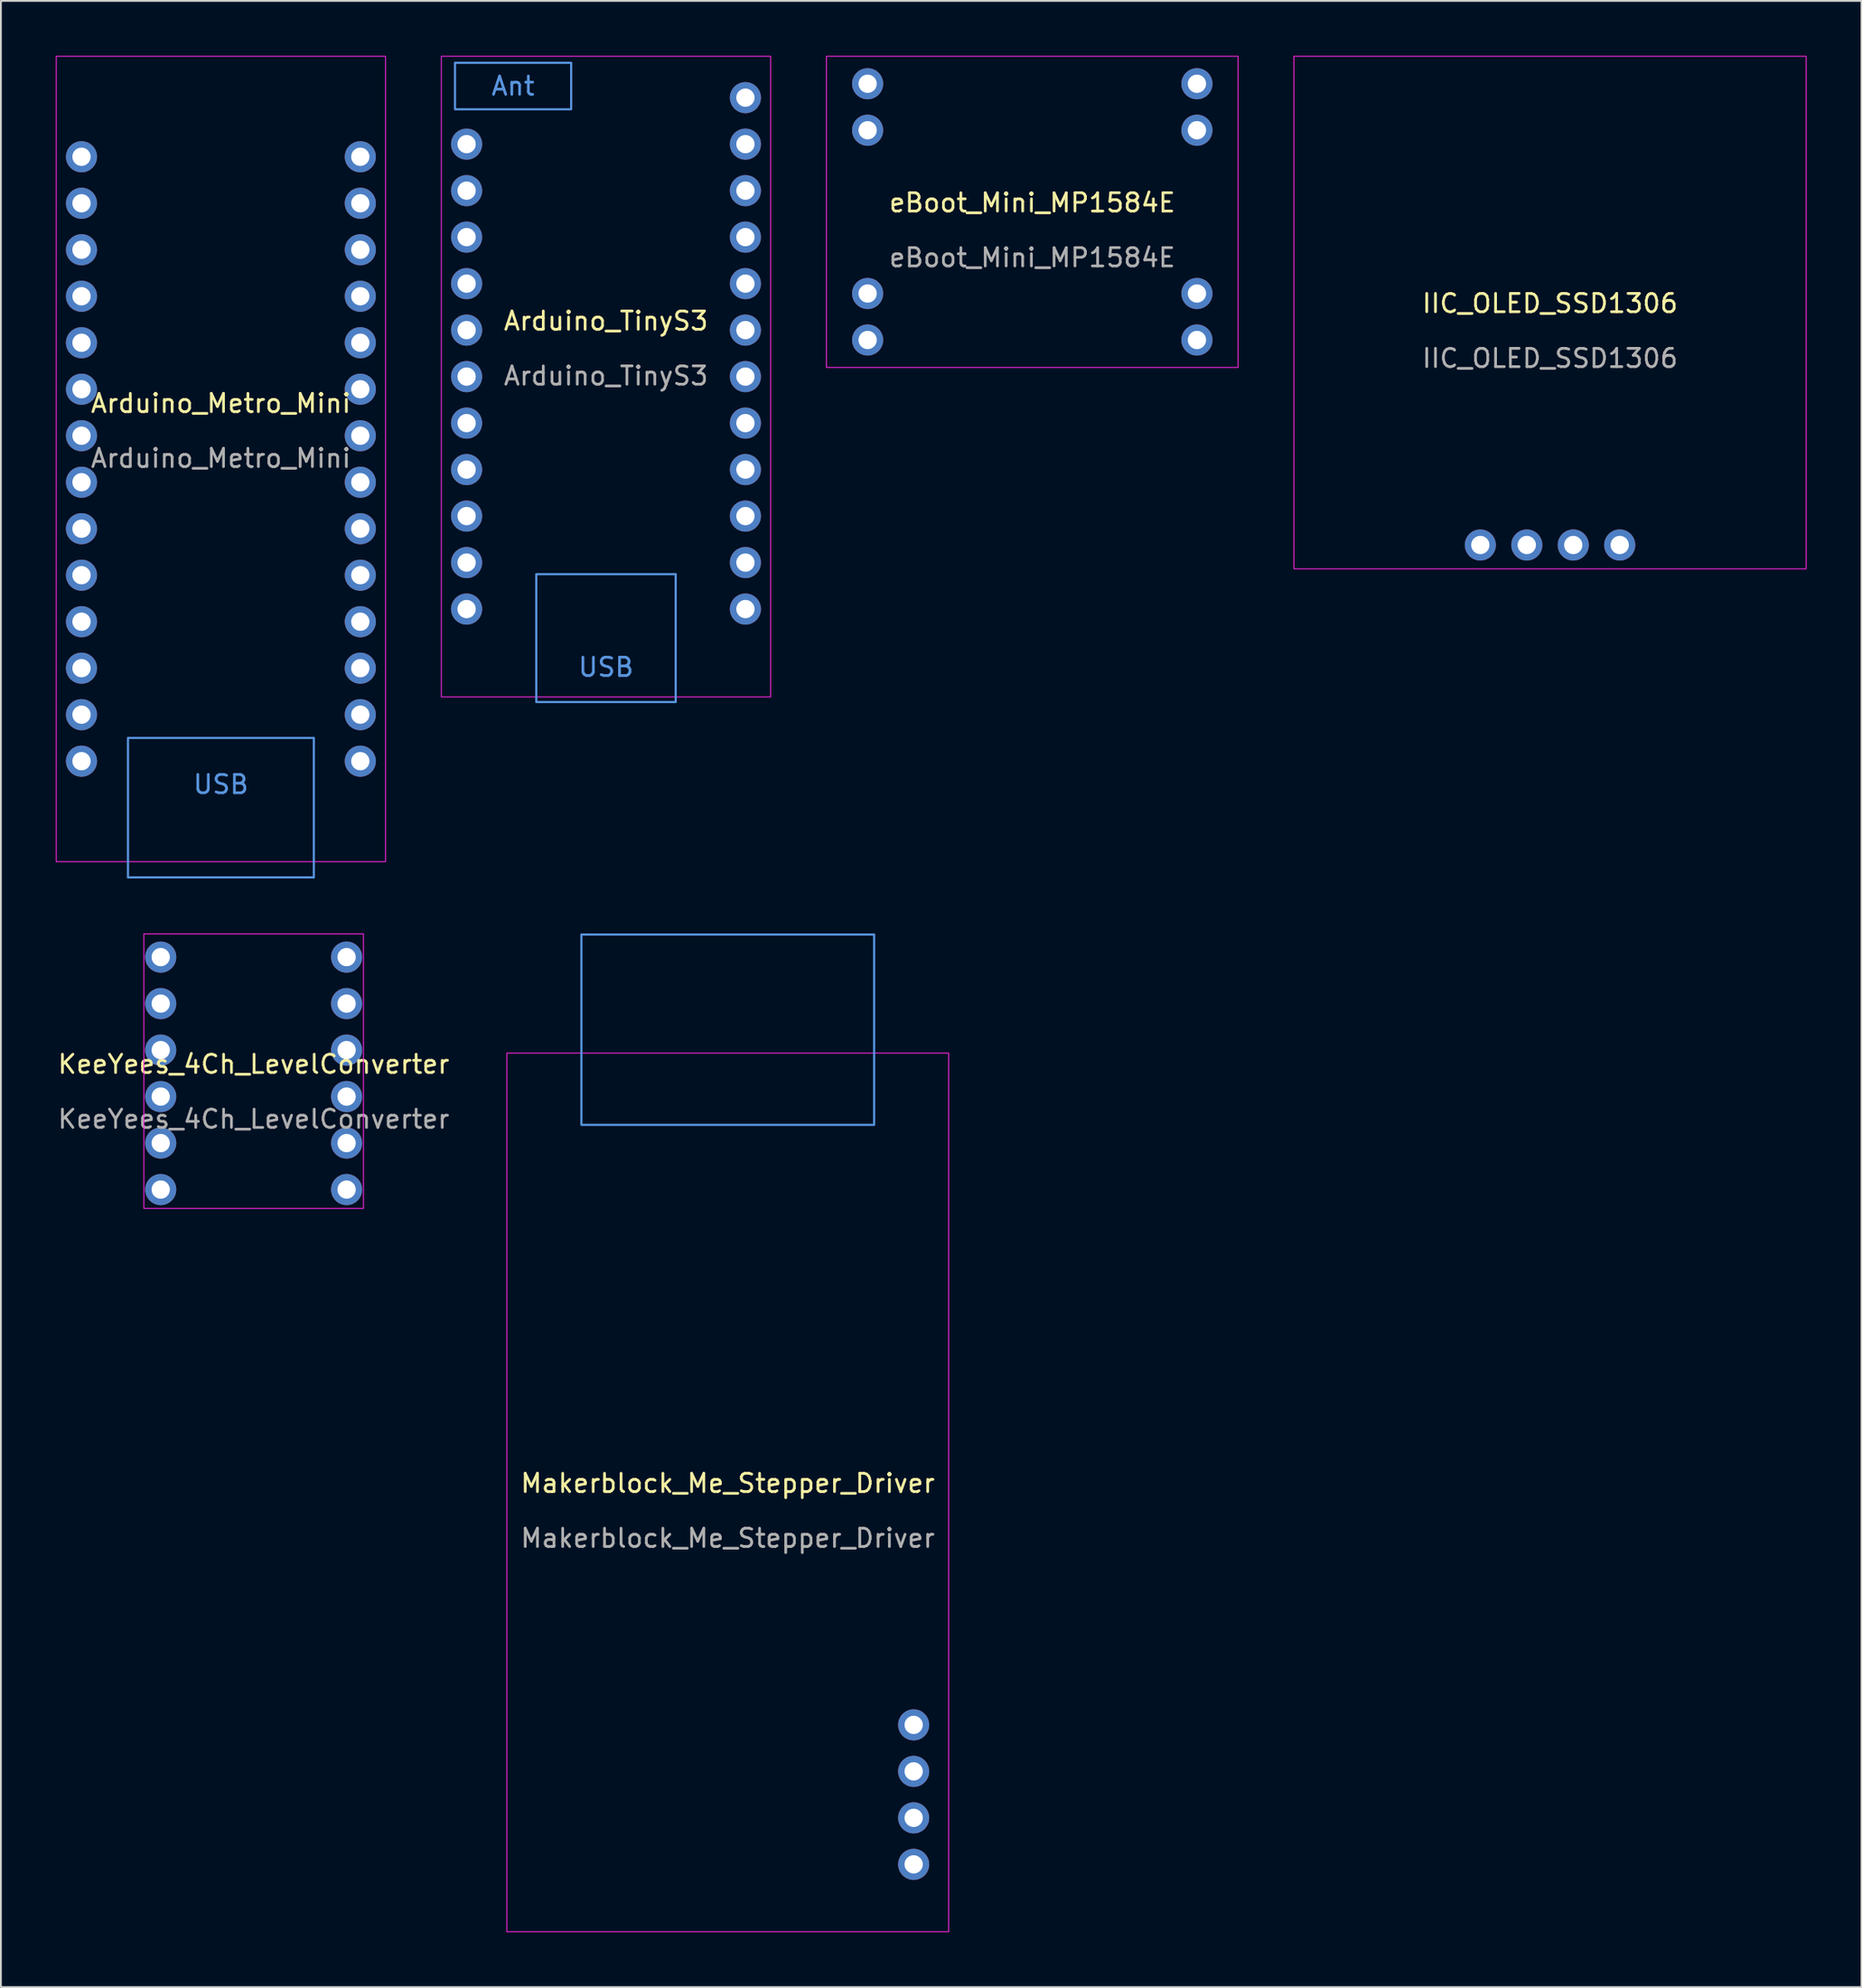
<source format=kicad_pcb>
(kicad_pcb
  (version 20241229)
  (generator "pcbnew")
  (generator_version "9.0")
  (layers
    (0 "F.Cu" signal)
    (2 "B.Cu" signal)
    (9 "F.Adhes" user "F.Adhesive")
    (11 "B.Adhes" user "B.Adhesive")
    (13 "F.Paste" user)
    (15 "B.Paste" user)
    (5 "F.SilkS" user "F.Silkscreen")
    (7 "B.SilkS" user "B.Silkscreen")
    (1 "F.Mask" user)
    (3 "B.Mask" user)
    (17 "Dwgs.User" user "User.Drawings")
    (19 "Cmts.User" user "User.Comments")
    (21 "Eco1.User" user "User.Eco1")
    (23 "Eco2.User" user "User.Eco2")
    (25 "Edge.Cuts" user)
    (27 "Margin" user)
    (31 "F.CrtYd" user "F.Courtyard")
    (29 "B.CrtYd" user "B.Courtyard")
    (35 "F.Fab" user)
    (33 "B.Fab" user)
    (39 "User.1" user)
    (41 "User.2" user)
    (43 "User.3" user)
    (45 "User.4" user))
  (footprint "eBoot_Mini_MP1584E"
    (layer "F.Cu")
    (at 53.375 8.525)
    (property "Reference" "eBoot_Mini_MP1584E" (at 0 -0.5 0) (unlocked yes) (layer "F.SilkS") (effects (font (size 1 1) (thickness 0.15))))
    (attr through_hole)
    (fp_rect (start -11.25 -8.5) (end 11.25 8.5) (stroke (width 0.05) (type solid)) (fill no) (layer "F.CrtYd"))
    (fp_text user "${REFERENCE}" (at 0 2.5 0) (unlocked yes) (layer "F.Fab") (effects (font (size 1 1) (thickness 0.15))))
    (pad "1" thru_hole circle (at -9 -7) (size 1.7 1.7) (drill 1) (layers "*.Cu" "*.Mask"))
    (pad "1" thru_hole circle (at -9 -4.46) (size 1.7 1.7) (drill 1) (layers "*.Cu" "*.Mask"))
    (pad "2" thru_hole circle (at -9 4.46) (size 1.7 1.7) (drill 1) (layers "*.Cu" "*.Mask"))
    (pad "2" thru_hole circle (at -9 7) (size 1.7 1.7) (drill 1) (layers "*.Cu" "*.Mask"))
    (pad "3" thru_hole circle (at 9 4.46) (size 1.7 1.7) (drill 1) (layers "*.Cu" "*.Mask"))
    (pad "3" thru_hole circle (at 9 7) (size 1.7 1.7) (drill 1) (layers "*.Cu" "*.Mask"))
    (pad "4" thru_hole circle (at 9 -7) (size 1.7 1.7) (drill 1) (layers "*.Cu" "*.Mask"))
    (pad "4" thru_hole circle (at 9 -4.46) (size 1.7 1.7) (drill 1) (layers "*.Cu" "*.Mask")))
  (footprint "IIC_OLED_SSD1306"
    (layer "F.Cu")
    (at 81.675 14.025)
    (property "Reference" "IIC_OLED_SSD1306" (at 0 -0.5 0) (unlocked yes) (layer "F.SilkS") (effects (font (size 1 1) (thickness 0.15))))
    (attr through_hole)
    (fp_rect (start -14 -14) (end 14 14) (stroke (width 0.05) (type solid)) (fill no) (layer "F.CrtYd"))
    (fp_text user "${REFERENCE}" (at 0 2.5 0) (unlocked yes) (layer "F.Fab") (effects (font (size 1 1) (thickness 0.15))))
    (pad "1" thru_hole circle (at 3.81 12.7) (size 1.7 1.7) (drill 1) (layers "*.Cu" "*.Mask"))
    (pad "2" thru_hole circle (at 1.27 12.7) (size 1.7 1.7) (drill 1) (layers "*.Cu" "*.Mask"))
    (pad "3" thru_hole circle (at -1.27 12.7) (size 1.7 1.7) (drill 1) (layers "*.Cu" "*.Mask"))
    (pad "4" thru_hole circle (at -3.81 12.7) (size 1.7 1.7) (drill 1) (layers "*.Cu" "*.Mask")))
  (footprint "Arduino_Metro_Mini"
    (layer "F.Cu")
    (at 9.025 22.025)
    (property "Reference" "Arduino_Metro_Mini" (at 0 -3.04 0) (unlocked yes) (layer "F.SilkS") (effects (font (size 1 1) (thickness 0.15))))
    (attr through_hole)
    (fp_rect (start -5.08 15.24) (end 5.08 22.86) (stroke (width 0.12) (type solid)) (fill no) (layer "Cmts.User"))
    (fp_rect (start -9 -22) (end 9 22) (stroke (width 0.05) (type solid)) (fill no) (layer "F.CrtYd"))
    (fp_text user "USB" (at 0 17.78 0) (unlocked yes) (layer "Cmts.User") (effects (font (size 1 1) (thickness 0.15))))
    (fp_text user "${REFERENCE}" (at 0 -0.04 0) (unlocked yes) (layer "F.Fab") (effects (font (size 1 1) (thickness 0.15))))
    (pad "1" thru_hole circle (at -7.62 -16.51) (size 1.7 1.7) (drill 1) (layers "*.Cu" "*.Mask"))
    (pad "2" thru_hole circle (at -7.62 -13.97) (size 1.7 1.7) (drill 1) (layers "*.Cu" "*.Mask"))
    (pad "3" thru_hole circle (at -7.62 -11.43) (size 1.7 1.7) (drill 1) (layers "*.Cu" "*.Mask"))
    (pad "4" thru_hole circle (at -7.62 -8.89) (size 1.7 1.7) (drill 1) (layers "*.Cu" "*.Mask"))
    (pad "5" thru_hole circle (at -7.62 -6.35) (size 1.7 1.7) (drill 1) (layers "*.Cu" "*.Mask"))
    (pad "6" thru_hole circle (at -7.62 -3.81) (size 1.7 1.7) (drill 1) (layers "*.Cu" "*.Mask"))
    (pad "7" thru_hole circle (at -7.62 -1.27) (size 1.7 1.7) (drill 1) (layers "*.Cu" "*.Mask"))
    (pad "8" thru_hole circle (at -7.62 1.27) (size 1.7 1.7) (drill 1) (layers "*.Cu" "*.Mask"))
    (pad "9" thru_hole circle (at -7.62 3.81) (size 1.7 1.7) (drill 1) (layers "*.Cu" "*.Mask"))
    (pad "10" thru_hole circle (at -7.62 6.35) (size 1.7 1.7) (drill 1) (layers "*.Cu" "*.Mask"))
    (pad "11" thru_hole circle (at -7.62 8.89) (size 1.7 1.7) (drill 1) (layers "*.Cu" "*.Mask"))
    (pad "12" thru_hole circle (at -7.62 11.43) (size 1.7 1.7) (drill 1) (layers "*.Cu" "*.Mask"))
    (pad "13" thru_hole circle (at -7.62 13.97) (size 1.7 1.7) (drill 1) (layers "*.Cu" "*.Mask"))
    (pad "14" thru_hole circle (at -7.62 16.51) (size 1.7 1.7) (drill 1) (layers "*.Cu" "*.Mask"))
    (pad "15" thru_hole circle (at 7.62 16.51) (size 1.7 1.7) (drill 1) (layers "*.Cu" "*.Mask"))
    (pad "16" thru_hole circle (at 7.62 13.97) (size 1.7 1.7) (drill 1) (layers "*.Cu" "*.Mask"))
    (pad "17" thru_hole circle (at 7.62 11.43) (size 1.7 1.7) (drill 1) (layers "*.Cu" "*.Mask"))
    (pad "18" thru_hole circle (at 7.62 8.89) (size 1.7 1.7) (drill 1) (layers "*.Cu" "*.Mask"))
    (pad "19" thru_hole circle (at 7.62 6.35) (size 1.7 1.7) (drill 1) (layers "*.Cu" "*.Mask"))
    (pad "20" thru_hole circle (at 7.62 3.81) (size 1.7 1.7) (drill 1) (layers "*.Cu" "*.Mask"))
    (pad "21" thru_hole circle (at 7.62 1.27) (size 1.7 1.7) (drill 1) (layers "*.Cu" "*.Mask"))
    (pad "22" thru_hole circle (at 7.62 -1.27) (size 1.7 1.7) (drill 1) (layers "*.Cu" "*.Mask"))
    (pad "23" thru_hole circle (at 7.62 -3.81) (size 1.7 1.7) (drill 1) (layers "*.Cu" "*.Mask"))
    (pad "24" thru_hole circle (at 7.62 -6.35) (size 1.7 1.7) (drill 1) (layers "*.Cu" "*.Mask"))
    (pad "25" thru_hole circle (at 7.62 -8.89) (size 1.7 1.7) (drill 1) (layers "*.Cu" "*.Mask"))
    (pad "26" thru_hole circle (at 7.62 -11.43) (size 1.7 1.7) (drill 1) (layers "*.Cu" "*.Mask"))
    (pad "27" thru_hole circle (at 7.62 -13.97) (size 1.7 1.7) (drill 1) (layers "*.Cu" "*.Mask"))
    (pad "28" thru_hole circle (at 7.62 -16.51) (size 1.7 1.7) (drill 1) (layers "*.Cu" "*.Mask")))
  (footprint "Makerblock_Me_Stepper_Driver"
    (layer "F.Cu")
    (at 36.731 78.485)
    (property "Reference" "Makerblock_Me_Stepper_Driver" (at 0 -0.5 0) (unlocked yes) (layer "F.SilkS") (effects (font (size 1 1) (thickness 0.15))))
    (attr through_hole)
    (fp_rect (start -8 -20.08) (end 8 -30.48) (stroke (width 0.12) (type solid)) (fill no) (layer "Cmts.User"))
    (fp_rect (start -12.075 -24) (end 12.075 24) (stroke (width 0.05) (type solid)) (fill no) (layer "F.CrtYd"))
    (fp_text user "${REFERENCE}" (at 0 2.5 0) (unlocked yes) (layer "F.Fab") (effects (font (size 1 1) (thickness 0.15))))
    (pad "1" thru_hole circle (at 10.16 20.32) (size 1.7 1.7) (drill 1) (layers "*.Cu" "*.Mask"))
    (pad "2" thru_hole circle (at 10.16 17.78) (size 1.7 1.7) (drill 1) (layers "*.Cu" "*.Mask"))
    (pad "3" thru_hole circle (at 10.16 15.24) (size 1.7 1.7) (drill 1) (layers "*.Cu" "*.Mask"))
    (pad "4" thru_hole circle (at 10.16 12.7) (size 1.7 1.7) (drill 1) (layers "*.Cu" "*.Mask")))
  (footprint "Arduino_TinyS3"
    (layer "F.Cu")
    (at 30.075 17.525)
    (property "Reference" "Arduino_TinyS3" (at 0 -3.04 0) (unlocked yes) (layer "F.SilkS") (effects (font (size 1 1) (thickness 0.15))))
    (attr through_hole)
    (fp_rect (start -8.255 -17.145) (end -1.905 -14.605) (stroke (width 0.12) (type solid)) (fill no) (layer "Cmts.User"))
    (fp_rect (start -3.81 10.795) (end 3.81 17.78) (stroke (width 0.12) (type solid)) (fill no) (layer "Cmts.User"))
    (fp_rect (start -9 -17.5) (end 9 17.5) (stroke (width 0.05) (type solid)) (fill no) (layer "F.CrtYd"))
    (fp_text user "Ant" (at -5.08 -15.875 0) (unlocked yes) (layer "Cmts.User") (effects (font (size 1 1) (thickness 0.15))))
    (fp_text user "USB" (at 0 15.875 0) (unlocked yes) (layer "Cmts.User") (effects (font (size 1 1) (thickness 0.15))))
    (fp_text user "${REFERENCE}" (at 0 -0.04 0) (unlocked yes) (layer "F.Fab") (effects (font (size 1 1) (thickness 0.15))))
    (pad "1" thru_hole circle (at -7.62 -12.7) (size 1.7 1.7) (drill 1) (layers "*.Cu" "*.Mask"))
    (pad "2" thru_hole circle (at -7.62 -10.16) (size 1.7 1.7) (drill 1) (layers "*.Cu" "*.Mask"))
    (pad "3" thru_hole circle (at -7.62 -7.62) (size 1.7 1.7) (drill 1) (layers "*.Cu" "*.Mask"))
    (pad "4" thru_hole circle (at -7.62 -5.08) (size 1.7 1.7) (drill 1) (layers "*.Cu" "*.Mask"))
    (pad "5" thru_hole circle (at -7.62 -2.54) (size 1.7 1.7) (drill 1) (layers "*.Cu" "*.Mask"))
    (pad "6" thru_hole circle (at -7.62 0) (size 1.7 1.7) (drill 1) (layers "*.Cu" "*.Mask"))
    (pad "7" thru_hole circle (at -7.62 2.54) (size 1.7 1.7) (drill 1) (layers "*.Cu" "*.Mask"))
    (pad "8" thru_hole circle (at -7.62 5.08) (size 1.7 1.7) (drill 1) (layers "*.Cu" "*.Mask"))
    (pad "9" thru_hole circle (at -7.62 7.62) (size 1.7 1.7) (drill 1) (layers "*.Cu" "*.Mask"))
    (pad "10" thru_hole circle (at -7.62 10.16) (size 1.7 1.7) (drill 1) (layers "*.Cu" "*.Mask"))
    (pad "11" thru_hole circle (at -7.62 12.7) (size 1.7 1.7) (drill 1) (layers "*.Cu" "*.Mask"))
    (pad "12" thru_hole circle (at 7.62 12.7) (size 1.7 1.7) (drill 1) (layers "*.Cu" "*.Mask"))
    (pad "13" thru_hole circle (at 7.62 10.16) (size 1.7 1.7) (drill 1) (layers "*.Cu" "*.Mask"))
    (pad "14" thru_hole circle (at 7.62 7.62) (size 1.7 1.7) (drill 1) (layers "*.Cu" "*.Mask"))
    (pad "15" thru_hole circle (at 7.62 5.08) (size 1.7 1.7) (drill 1) (layers "*.Cu" "*.Mask"))
    (pad "16" thru_hole circle (at 7.62 2.54) (size 1.7 1.7) (drill 1) (layers "*.Cu" "*.Mask"))
    (pad "17" thru_hole circle (at 7.62 0) (size 1.7 1.7) (drill 1) (layers "*.Cu" "*.Mask"))
    (pad "18" thru_hole circle (at 7.62 -2.54) (size 1.7 1.7) (drill 1) (layers "*.Cu" "*.Mask"))
    (pad "19" thru_hole circle (at 7.62 -5.08) (size 1.7 1.7) (drill 1) (layers "*.Cu" "*.Mask"))
    (pad "20" thru_hole circle (at 7.62 -7.62) (size 1.7 1.7) (drill 1) (layers "*.Cu" "*.Mask"))
    (pad "21" thru_hole circle (at 7.62 -10.16) (size 1.7 1.7) (drill 1) (layers "*.Cu" "*.Mask"))
    (pad "22" thru_hole circle (at 7.62 -12.7) (size 1.7 1.7) (drill 1) (layers "*.Cu" "*.Mask"))
    (pad "23" thru_hole circle (at 7.62 -15.24) (size 1.7 1.7) (drill 1) (layers "*.Cu" "*.Mask")))
  (footprint "KeeYees_4Ch_LevelConverter"
    (layer "F.Cu")
    (at 10.815 55.59)
    (property "Reference" "KeeYees_4Ch_LevelConverter" (at 0 -0.5 0) (unlocked yes) (layer "F.SilkS") (effects (font (size 1 1) (thickness 0.15))))
    (attr through_hole)
    (fp_rect (start -6 -7.62) (end 6 7.38) (stroke (width 0.05) (type solid)) (fill no) (layer "F.CrtYd"))
    (fp_text user "${REFERENCE}" (at 0 2.5 0) (unlocked yes) (layer "F.Fab") (effects (font (size 1 1) (thickness 0.15))))
    (pad "1" thru_hole circle (at -5.08 -6.35) (size 1.7 1.7) (drill 1) (layers "*.Cu" "*.Mask"))
    (pad "2" thru_hole circle (at -5.08 -3.81) (size 1.7 1.7) (drill 1) (layers "*.Cu" "*.Mask"))
    (pad "3" thru_hole circle (at -5.08 -1.27) (size 1.7 1.7) (drill 1) (layers "*.Cu" "*.Mask"))
    (pad "4" thru_hole circle (at -5.08 1.27) (size 1.7 1.7) (drill 1) (layers "*.Cu" "*.Mask"))
    (pad "5" thru_hole circle (at -5.08 3.81) (size 1.7 1.7) (drill 1) (layers "*.Cu" "*.Mask"))
    (pad "6" thru_hole circle (at -5.08 6.35) (size 1.7 1.7) (drill 1) (layers "*.Cu" "*.Mask"))
    (pad "7" thru_hole circle (at 5.08 6.35) (size 1.7 1.7) (drill 1) (layers "*.Cu" "*.Mask"))
    (pad "8" thru_hole circle (at 5.08 3.81) (size 1.7 1.7) (drill 1) (layers "*.Cu" "*.Mask"))
    (pad "9" thru_hole circle (at 5.08 1.27) (size 1.7 1.7) (drill 1) (layers "*.Cu" "*.Mask"))
    (pad "10" thru_hole circle (at 5.08 -1.27) (size 1.7 1.7) (drill 1) (layers "*.Cu" "*.Mask"))
    (pad "11" thru_hole circle (at 5.08 -3.81) (size 1.7 1.7) (drill 1) (layers "*.Cu" "*.Mask"))
    (pad "12" thru_hole circle (at 5.08 -6.35) (size 1.7 1.7) (drill 1) (layers "*.Cu" "*.Mask")))
  (gr_rect
    (start -3 -3)
    (end 98.7 105.51)
    (stroke (width 0.1) (type default))
    (fill no)
    (layer "Edge.Cuts")))
</source>
